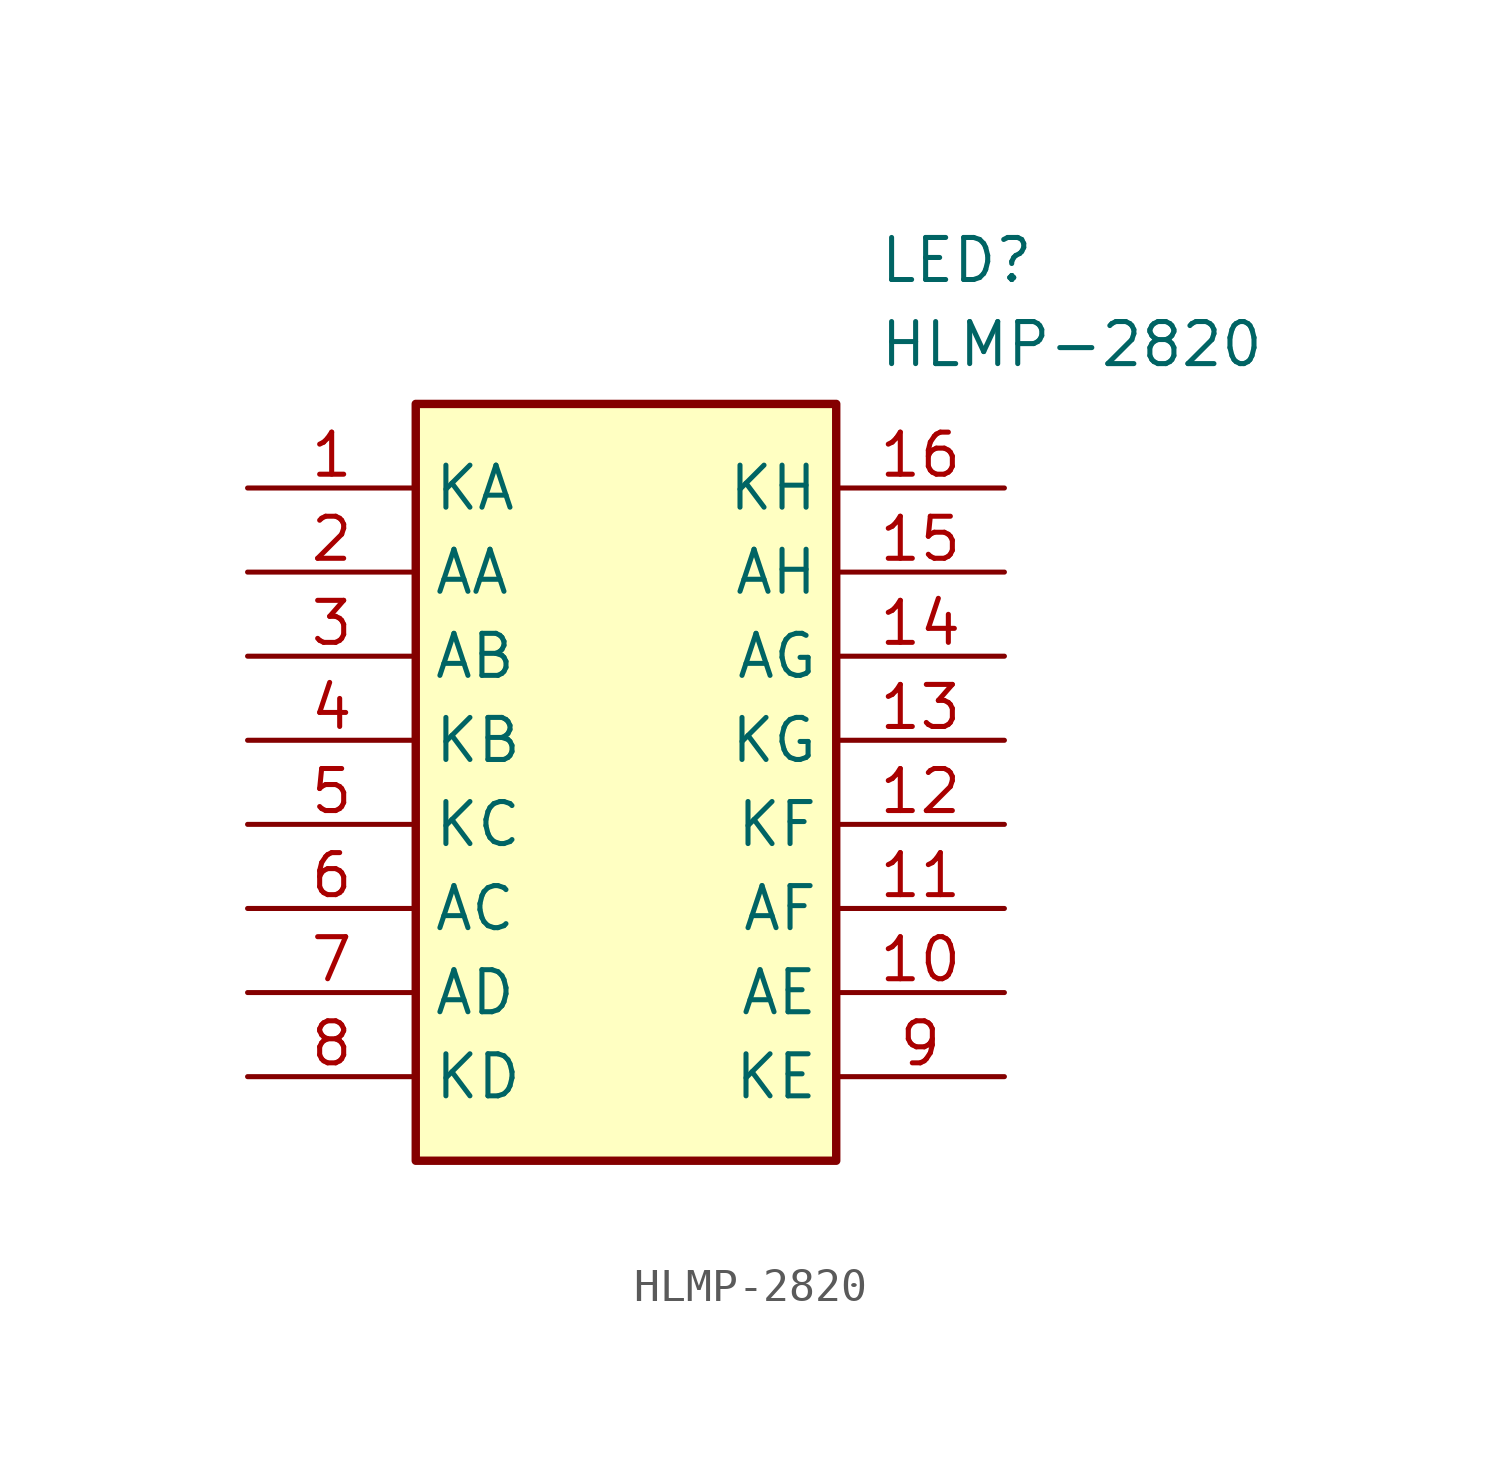
<source format=kicad_sym>
(kicad_symbol_lib
  (version 20211014)
  (generator SamacSys_ECAD_Model)
  (symbol "HLMP-2820"
    (property "Reference" "LED"
      (at 19.05 7.62 0)
      (effects (font (size 1.27 1.27)) (justify left top)))
    (property "Value" "HLMP-2820"
      (at 19.05 5.08 0)
      (effects (font (size 1.27 1.27)) (justify left top)))
    (rectangle
      (start 5.08 2.54)
      (end 17.78 -20.32)
      (stroke (width 0.254) (type default))
      (fill (type background)))
    (pin passive line
      (at 0 0 0)
      (length 5.08)
      (name "KA" (effects (font (size 1.27 1.27))))
      (number "1" (effects (font (size 1.27 1.27)))))
    (pin passive line
      (at 0 -2.54 0)
      (length 5.08)
      (name "AA" (effects (font (size 1.27 1.27))))
      (number "2" (effects (font (size 1.27 1.27)))))
    (pin passive line
      (at 0 -5.08 0)
      (length 5.08)
      (name "AB" (effects (font (size 1.27 1.27))))
      (number "3" (effects (font (size 1.27 1.27)))))
    (pin passive line
      (at 0 -7.62 0)
      (length 5.08)
      (name "KB" (effects (font (size 1.27 1.27))))
      (number "4" (effects (font (size 1.27 1.27)))))
    (pin passive line
      (at 0 -10.16 0)
      (length 5.08)
      (name "KC" (effects (font (size 1.27 1.27))))
      (number "5" (effects (font (size 1.27 1.27)))))
    (pin passive line
      (at 0 -12.7 0)
      (length 5.08)
      (name "AC" (effects (font (size 1.27 1.27))))
      (number "6" (effects (font (size 1.27 1.27)))))
    (pin passive line
      (at 0 -15.24 0)
      (length 5.08)
      (name "AD" (effects (font (size 1.27 1.27))))
      (number "7" (effects (font (size 1.27 1.27)))))
    (pin passive line
      (at 0 -17.78 0)
      (length 5.08)
      (name "KD" (effects (font (size 1.27 1.27))))
      (number "8" (effects (font (size 1.27 1.27)))))
    (pin passive line
      (at 22.86 0 180)
      (length 5.08)
      (name "KH" (effects (font (size 1.27 1.27))))
      (number "16" (effects (font (size 1.27 1.27)))))
    (pin passive line
      (at 22.86 -2.54 180)
      (length 5.08)
      (name "AH" (effects (font (size 1.27 1.27))))
      (number "15" (effects (font (size 1.27 1.27)))))
    (pin passive line
      (at 22.86 -5.08 180)
      (length 5.08)
      (name "AG" (effects (font (size 1.27 1.27))))
      (number "14" (effects (font (size 1.27 1.27)))))
    (pin passive line
      (at 22.86 -7.62 180)
      (length 5.08)
      (name "KG" (effects (font (size 1.27 1.27))))
      (number "13" (effects (font (size 1.27 1.27)))))
    (pin passive line
      (at 22.86 -10.16 180)
      (length 5.08)
      (name "KF" (effects (font (size 1.27 1.27))))
      (number "12" (effects (font (size 1.27 1.27)))))
    (pin passive line
      (at 22.86 -12.7 180)
      (length 5.08)
      (name "AF" (effects (font (size 1.27 1.27))))
      (number "11" (effects (font (size 1.27 1.27)))))
    (pin passive line
      (at 22.86 -15.24 180)
      (length 5.08)
      (name "AE" (effects (font (size 1.27 1.27))))
      (number "10" (effects (font (size 1.27 1.27)))))
    (pin passive line
      (at 22.86 -17.78 180)
      (length 5.08)
      (name "KE" (effects (font (size 1.27 1.27))))
      (number "9" (effects (font (size 1.27 1.27)))))))
</source>
